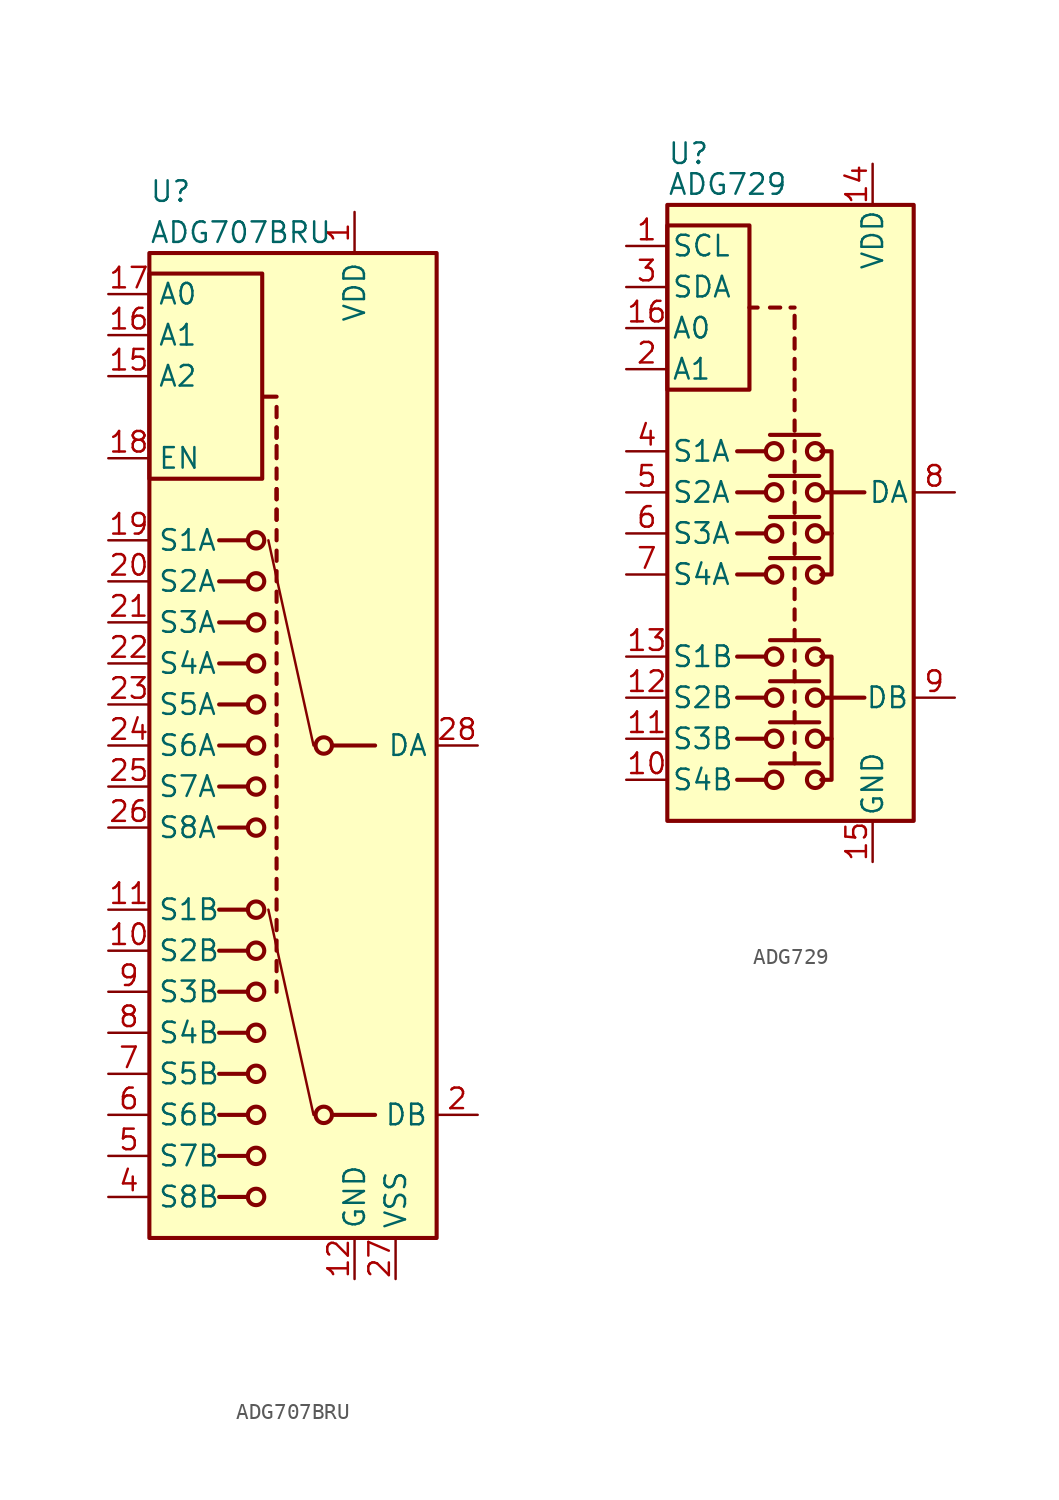
<source format=kicad_sym>
(kicad_symbol_lib
  (version 20241209)
  (generator "kicad_symbol_editor")
  (generator_version "9.0")
  (symbol "ADG707BRU"
    (property "Reference" "U"
      (at -7.62 34.29 0)
      (effects (font (size 1.27 1.27)) (justify left)))
    (property "Value" "ADG707BRU"
      (at -7.62 31.75 0)
      (effects (font (size 1.27 1.27)) (justify left)))
    (symbol "ADG707BRU_0_1"
      (rectangle (start -7.62 30.48) (end 10.16 -30.48) (stroke (width 0.254) (type default)) (fill (type background)))
      (rectangle (start -7.62 29.21) (end -0.635 16.51) (stroke (width 0.254) (type default)) (fill (type none)))
      (polyline (pts (xy -1.524 12.7) (xy -3.302 12.7)) (stroke (width 0.254) (type default)) (fill (type none)))
      (polyline (pts (xy -1.524 10.16) (xy -3.302 10.16)) (stroke (width 0.254) (type default)) (fill (type none)))
      (polyline (pts (xy -1.524 7.62) (xy -3.302 7.62)) (stroke (width 0.254) (type default)) (fill (type none)))
      (polyline (pts (xy -1.524 5.08) (xy -3.302 5.08)) (stroke (width 0.254) (type default)) (fill (type none)))
      (polyline (pts (xy -1.524 2.54) (xy -3.302 2.54)) (stroke (width 0.254) (type default)) (fill (type none)))
      (polyline (pts (xy -1.524 0) (xy -3.302 0)) (stroke (width 0.254) (type default)) (fill (type none)))
      (polyline (pts (xy -1.524 -2.54) (xy -3.302 -2.54)) (stroke (width 0.254) (type default)) (fill (type none)))
      (polyline (pts (xy -1.524 -5.08) (xy -3.302 -5.08)) (stroke (width 0.254) (type default)) (fill (type none)))
      (polyline (pts (xy -1.524 -10.16) (xy -3.302 -10.16)) (stroke (width 0.254) (type default)) (fill (type none)))
      (polyline (pts (xy -1.524 -12.7) (xy -3.302 -12.7)) (stroke (width 0.254) (type default)) (fill (type none)))
      (polyline (pts (xy -1.524 -15.24) (xy -3.302 -15.24)) (stroke (width 0.254) (type default)) (fill (type none)))
      (polyline (pts (xy -1.524 -17.78) (xy -3.302 -17.78)) (stroke (width 0.254) (type default)) (fill (type none)))
      (polyline (pts (xy -1.524 -20.32) (xy -3.302 -20.32)) (stroke (width 0.254) (type default)) (fill (type none)))
      (polyline (pts (xy -1.524 -22.86) (xy -3.302 -22.86)) (stroke (width 0.254) (type default)) (fill (type none)))
      (polyline (pts (xy -1.524 -25.4) (xy -3.302 -25.4)) (stroke (width 0.254) (type default)) (fill (type none)))
      (polyline (pts (xy -1.524 -27.94) (xy -3.302 -27.94)) (stroke (width 0.254) (type default)) (fill (type none)))
      (circle (center -1.016 12.7) (radius 0.508) (stroke (width 0.254) (type default)) (fill (type none)))
      (circle (center -1.016 10.16) (radius 0.508) (stroke (width 0.254) (type default)) (fill (type none)))
      (circle (center -1.016 7.62) (radius 0.508) (stroke (width 0.254) (type default)) (fill (type none)))
      (circle (center -1.016 5.08) (radius 0.508) (stroke (width 0.254) (type default)) (fill (type none)))
      (circle (center -1.016 2.54) (radius 0.508) (stroke (width 0.254) (type default)) (fill (type none)))
      (circle (center -1.016 0) (radius 0.508) (stroke (width 0.254) (type default)) (fill (type none)))
      (circle (center -1.016 -2.54) (radius 0.508) (stroke (width 0.254) (type default)) (fill (type none)))
      (circle (center -1.016 -5.08) (radius 0.508) (stroke (width 0.254) (type default)) (fill (type none)))
      (circle (center -1.016 -10.16) (radius 0.508) (stroke (width 0.254) (type default)) (fill (type none)))
      (circle (center -1.016 -12.7) (radius 0.508) (stroke (width 0.254) (type default)) (fill (type none)))
      (circle (center -1.016 -15.24) (radius 0.508) (stroke (width 0.254) (type default)) (fill (type none)))
      (circle (center -1.016 -17.78) (radius 0.508) (stroke (width 0.254) (type default)) (fill (type none)))
      (circle (center -1.016 -20.32) (radius 0.508) (stroke (width 0.254) (type default)) (fill (type none)))
      (circle (center -1.016 -22.86) (radius 0.508) (stroke (width 0.254) (type default)) (fill (type none)))
      (circle (center -1.016 -25.4) (radius 0.508) (stroke (width 0.254) (type default)) (fill (type none)))
      (circle (center -1.016 -27.94) (radius 0.508) (stroke (width 0.254) (type default)) (fill (type none)))
      (polyline (pts (xy -0.508 21.59) (xy 0.254 21.59)) (stroke (width 0.254) (type default)) (fill (type none)))
      (polyline (pts (xy 0.254 20.32) (xy 0.254 20.955)) (stroke (width 0.254) (type default)) (fill (type none)))
      (polyline (pts (xy 0.254 19.05) (xy 0.254 19.685)) (stroke (width 0.254) (type default)) (fill (type none)))
      (polyline (pts (xy 0.254 19.05) (xy 0.254 19.685)) (stroke (width 0.254) (type default)) (fill (type none)))
      (polyline (pts (xy 0.254 17.78) (xy 0.254 18.542)) (stroke (width 0.254) (type default)) (fill (type none)))
      (polyline (pts (xy 0.254 16.51) (xy 0.254 17.145)) (stroke (width 0.254) (type default)) (fill (type none)))
      (polyline (pts (xy 0.254 15.24) (xy 0.254 15.875)) (stroke (width 0.254) (type default)) (fill (type none)))
      (polyline (pts (xy 0.254 15.24) (xy 0.254 15.875)) (stroke (width 0.254) (type default)) (fill (type none)))
      (polyline (pts (xy 0.254 13.97) (xy 0.254 14.605)) (stroke (width 0.254) (type default)) (fill (type none)))
      (polyline (pts (xy 0.254 13.97) (xy 0.254 14.605)) (stroke (width 0.254) (type default)) (fill (type none)))
      (polyline (pts (xy 0.254 12.7) (xy 0.254 13.335)) (stroke (width 0.254) (type default)) (fill (type none)))
      (polyline (pts (xy 0.254 11.43) (xy 0.254 12.065)) (stroke (width 0.254) (type default)) (fill (type none)))
      (polyline (pts (xy 0.254 10.16) (xy 0.254 10.795)) (stroke (width 0.254) (type default)) (fill (type none)))
      (polyline (pts (xy 0.254 8.89) (xy 0.254 9.525)) (stroke (width 0.254) (type default)) (fill (type none)))
      (polyline (pts (xy 0.254 7.62) (xy 0.254 8.255)) (stroke (width 0.254) (type default)) (fill (type none)))
      (polyline (pts (xy 0.254 6.35) (xy 0.254 6.985)) (stroke (width 0.254) (type default)) (fill (type none)))
      (polyline (pts (xy 0.254 5.08) (xy 0.254 5.715)) (stroke (width 0.254) (type default)) (fill (type none)))
      (polyline (pts (xy 0.254 3.81) (xy 0.254 4.445)) (stroke (width 0.254) (type default)) (fill (type none)))
      (polyline (pts (xy 0.254 2.54) (xy 0.254 3.175)) (stroke (width 0.254) (type default)) (fill (type none)))
      (polyline (pts (xy 0.254 1.27) (xy 0.254 1.905)) (stroke (width 0.254) (type default)) (fill (type none)))
      (polyline (pts (xy 0.254 0) (xy 0.254 0.635)) (stroke (width 0.254) (type default)) (fill (type none)))
      (polyline (pts (xy 0.254 -1.27) (xy 0.254 -0.635)) (stroke (width 0.254) (type default)) (fill (type none)))
      (polyline (pts (xy 0.254 -2.54) (xy 0.254 -1.905)) (stroke (width 0.254) (type default)) (fill (type none)))
      (polyline (pts (xy 0.254 -3.81) (xy 0.254 -3.175)) (stroke (width 0.254) (type default)) (fill (type none)))
      (polyline (pts (xy 0.254 -5.08) (xy 0.254 -4.445)) (stroke (width 0.254) (type default)) (fill (type none)))
      (polyline (pts (xy 0.254 -6.35) (xy 0.254 -5.715)) (stroke (width 0.254) (type default)) (fill (type none)))
      (polyline (pts (xy 0.254 -7.62) (xy 0.254 -6.985)) (stroke (width 0.254) (type default)) (fill (type none)))
      (polyline (pts (xy 0.254 -8.89) (xy 0.254 -8.255)) (stroke (width 0.254) (type default)) (fill (type none)))
      (polyline (pts (xy 0.254 -10.16) (xy 0.254 -9.525)) (stroke (width 0.254) (type default)) (fill (type none)))
      (polyline (pts (xy 0.254 -11.43) (xy 0.254 -10.795)) (stroke (width 0.254) (type default)) (fill (type none)))
      (polyline (pts (xy 0.254 -12.7) (xy 0.254 -12.065)) (stroke (width 0.254) (type default)) (fill (type none)))
      (polyline (pts (xy 0.254 -13.97) (xy 0.254 -13.335)) (stroke (width 0.254) (type default)) (fill (type none)))
      (polyline (pts (xy 0.254 -15.24) (xy 0.254 -14.605)) (stroke (width 0.254) (type default)) (fill (type none)))
      (polyline (pts (xy 2.54 0) (xy -0.254 12.7)) (stroke (width 0.152) (type default)) (fill (type none)))
      (polyline (pts (xy 2.54 -22.86) (xy -0.254 -10.16)) (stroke (width 0.152) (type default)) (fill (type none)))
      (circle (center 3.175 0) (radius 0.508) (stroke (width 0.254) (type default)) (fill (type none)))
      (circle (center 3.175 -22.86) (radius 0.508) (stroke (width 0.254) (type default)) (fill (type none)))
      (polyline (pts (xy 6.35 0) (xy 3.81 0)) (stroke (width 0.254) (type default)) (fill (type none)))
      (polyline (pts (xy 6.35 -22.86) (xy 3.81 -22.86)) (stroke (width 0.254) (type default)) (fill (type none))))
    (symbol "ADG707BRU_1_1"
      (pin input line (at -10.16 27.94 0) (length 2.54) (name "A0" (effects (font (size 1.27 1.27)))) (number "17" (effects (font (size 1.27 1.27)))))
      (pin input line (at -10.16 25.4 0) (length 2.54) (name "A1" (effects (font (size 1.27 1.27)))) (number "16" (effects (font (size 1.27 1.27)))))
      (pin input line (at -10.16 22.86 0) (length 2.54) (name "A2" (effects (font (size 1.27 1.27)))) (number "15" (effects (font (size 1.27 1.27)))))
      (pin input line (at -10.16 17.78 0) (length 2.54) (name "EN" (effects (font (size 1.27 1.27)))) (number "18" (effects (font (size 1.27 1.27)))))
      (pin passive line (at -10.16 12.7 0) (length 2.54) (name "S1A" (effects (font (size 1.27 1.27)))) (number "19" (effects (font (size 1.27 1.27)))))
      (pin passive line (at -10.16 10.16 0) (length 2.54) (name "S2A" (effects (font (size 1.27 1.27)))) (number "20" (effects (font (size 1.27 1.27)))))
      (pin passive line (at -10.16 7.62 0) (length 2.54) (name "S3A" (effects (font (size 1.27 1.27)))) (number "21" (effects (font (size 1.27 1.27)))))
      (pin passive line (at -10.16 5.08 0) (length 2.54) (name "S4A" (effects (font (size 1.27 1.27)))) (number "22" (effects (font (size 1.27 1.27)))))
      (pin passive line (at -10.16 2.54 0) (length 2.54) (name "S5A" (effects (font (size 1.27 1.27)))) (number "23" (effects (font (size 1.27 1.27)))))
      (pin passive line (at -10.16 0 0) (length 2.54) (name "S6A" (effects (font (size 1.27 1.27)))) (number "24" (effects (font (size 1.27 1.27)))))
      (pin passive line (at -10.16 -2.54 0) (length 2.54) (name "S7A" (effects (font (size 1.27 1.27)))) (number "25" (effects (font (size 1.27 1.27)))))
      (pin passive line (at -10.16 -5.08 0) (length 2.54) (name "S8A" (effects (font (size 1.27 1.27)))) (number "26" (effects (font (size 1.27 1.27)))))
      (pin passive line (at -10.16 -10.16 0) (length 2.54) (name "S1B" (effects (font (size 1.27 1.27)))) (number "11" (effects (font (size 1.27 1.27)))))
      (pin passive line (at -10.16 -12.7 0) (length 2.54) (name "S2B" (effects (font (size 1.27 1.27)))) (number "10" (effects (font (size 1.27 1.27)))))
      (pin passive line (at -10.16 -15.24 0) (length 2.54) (name "S3B" (effects (font (size 1.27 1.27)))) (number "9" (effects (font (size 1.27 1.27)))))
      (pin passive line (at -10.16 -17.78 0) (length 2.54) (name "S4B" (effects (font (size 1.27 1.27)))) (number "8" (effects (font (size 1.27 1.27)))))
      (pin passive line (at -10.16 -20.32 0) (length 2.54) (name "S5B" (effects (font (size 1.27 1.27)))) (number "7" (effects (font (size 1.27 1.27)))))
      (pin passive line (at -10.16 -22.86 0) (length 2.54) (name "S6B" (effects (font (size 1.27 1.27)))) (number "6" (effects (font (size 1.27 1.27)))))
      (pin passive line (at -10.16 -25.4 0) (length 2.54) (name "S7B" (effects (font (size 1.27 1.27)))) (number "5" (effects (font (size 1.27 1.27)))))
      (pin passive line (at -10.16 -27.94 0) (length 2.54) (name "S8B" (effects (font (size 1.27 1.27)))) (number "4" (effects (font (size 1.27 1.27)))))
      (pin power_in line (at 5.08 33.02 270) (length 2.54) (name "VDD" (effects (font (size 1.27 1.27)))) (number "1" (effects (font (size 1.27 1.27)))))
      (pin power_in line (at 5.08 -33.02 90) (length 2.54) (name "GND" (effects (font (size 1.27 1.27)))) (number "12" (effects (font (size 1.27 1.27)))))
      (pin power_in line (at 7.62 -33.02 90) (length 2.54) (name "VSS" (effects (font (size 1.27 1.27)))) (number "27" (effects (font (size 1.27 1.27)))))
      (pin no_connect line (at 10.16 27.94 180) (length 2.54) (hide yes) (name "NC" (effects (font (size 1.27 1.27)))) (number "3" (effects (font (size 1.27 1.27)))))
      (pin no_connect line (at 10.16 25.4 180) (length 2.54) (hide yes) (name "NC" (effects (font (size 1.27 1.27)))) (number "13" (effects (font (size 1.27 1.27)))))
      (pin no_connect line (at 10.16 22.86 180) (length 2.54) (hide yes) (name "NC" (effects (font (size 1.27 1.27)))) (number "14" (effects (font (size 1.27 1.27)))))
      (pin passive line (at 12.7 0 180) (length 2.54) (name "DA" (effects (font (size 1.27 1.27)))) (number "28" (effects (font (size 1.27 1.27)))))
      (pin passive line (at 12.7 -22.86 180) (length 2.54) (name "DB" (effects (font (size 1.27 1.27)))) (number "2" (effects (font (size 1.27 1.27)))))))
  (symbol "ADG729"
    (pin_names
      (offset 0.254))
    (property "Reference" "U"
      (at -7.62 20.955 0)
      (effects (font (size 1.27 1.27)) (justify left)))
    (property "Value" "ADG729"
      (at -7.62 19.05 0)
      (effects (font (size 1.27 1.27)) (justify left)))
    (symbol "ADG729_0_1"
      (rectangle (start -7.62 17.78) (end 7.62 -20.32) (stroke (width 0.254) (type default)) (fill (type background)))
      (rectangle (start -7.62 6.35) (end -2.54 16.51) (stroke (width 0.254) (type default)) (fill (type none)))
      (polyline (pts (xy -2.032 11.43) (xy -2.54 11.43)) (stroke (width 0.254) (type default)) (fill (type none)))
      (polyline (pts (xy -1.524 2.54) (xy -3.302 2.54)) (stroke (width 0.254) (type default)) (fill (type none)))
      (polyline (pts (xy -1.524 0) (xy -3.302 0)) (stroke (width 0.254) (type default)) (fill (type none)))
      (polyline (pts (xy -1.524 -2.54) (xy -3.302 -2.54)) (stroke (width 0.254) (type default)) (fill (type none)))
      (polyline (pts (xy -1.524 -5.08) (xy -3.302 -5.08)) (stroke (width 0.254) (type default)) (fill (type none)))
      (polyline (pts (xy -1.524 -10.16) (xy -3.302 -10.16)) (stroke (width 0.254) (type default)) (fill (type none)))
      (polyline (pts (xy -1.524 -12.7) (xy -3.302 -12.7)) (stroke (width 0.254) (type default)) (fill (type none)))
      (polyline (pts (xy -1.524 -15.24) (xy -3.302 -15.24)) (stroke (width 0.254) (type default)) (fill (type none)))
      (polyline (pts (xy -1.524 -17.78) (xy -3.302 -17.78)) (stroke (width 0.254) (type default)) (fill (type none)))
      (polyline (pts (xy -1.27 11.43) (xy -0.635 11.43)) (stroke (width 0.254) (type default)) (fill (type none)))
      (polyline (pts (xy -1.27 3.556) (xy 1.778 3.556)) (stroke (width 0.254) (type default)) (fill (type none)))
      (polyline (pts (xy -1.27 1.016) (xy 1.778 1.016)) (stroke (width 0.254) (type default)) (fill (type none)))
      (polyline (pts (xy -1.27 -1.524) (xy 1.778 -1.524)) (stroke (width 0.254) (type default)) (fill (type none)))
      (polyline (pts (xy -1.27 -4.064) (xy 1.778 -4.064)) (stroke (width 0.254) (type default)) (fill (type none)))
      (polyline (pts (xy -1.27 -9.144) (xy 1.778 -9.144)) (stroke (width 0.254) (type default)) (fill (type none)))
      (polyline (pts (xy -1.27 -11.684) (xy 1.778 -11.684)) (stroke (width 0.254) (type default)) (fill (type none)))
      (polyline (pts (xy -1.27 -14.224) (xy 1.778 -14.224)) (stroke (width 0.254) (type default)) (fill (type none)))
      (polyline (pts (xy -1.27 -16.764) (xy 1.778 -16.764)) (stroke (width 0.254) (type default)) (fill (type none)))
      (circle (center -1.016 2.54) (radius 0.508) (stroke (width 0.254) (type default)) (fill (type none)))
      (circle (center -1.016 0) (radius 0.508) (stroke (width 0.254) (type default)) (fill (type none)))
      (circle (center -1.016 -2.54) (radius 0.508) (stroke (width 0.254) (type default)) (fill (type none)))
      (circle (center -1.016 -5.08) (radius 0.508) (stroke (width 0.254) (type default)) (fill (type none)))
      (circle (center -1.016 -10.16) (radius 0.508) (stroke (width 0.254) (type default)) (fill (type none)))
      (circle (center -1.016 -12.7) (radius 0.508) (stroke (width 0.254) (type default)) (fill (type none)))
      (circle (center -1.016 -15.24) (radius 0.508) (stroke (width 0.254) (type default)) (fill (type none)))
      (circle (center -1.016 -17.78) (radius 0.508) (stroke (width 0.254) (type default)) (fill (type none)))
      (polyline (pts (xy 0.254 11.43) (xy 0 11.43)) (stroke (width 0.254) (type default)) (fill (type none)))
      (polyline (pts (xy 0.254 10.16) (xy 0.254 10.922)) (stroke (width 0.254) (type default)) (fill (type none)))
      (polyline (pts (xy 0.254 8.89) (xy 0.254 9.525)) (stroke (width 0.254) (type default)) (fill (type none)))
      (polyline (pts (xy 0.254 7.62) (xy 0.254 8.255)) (stroke (width 0.254) (type default)) (fill (type none)))
      (polyline (pts (xy 0.254 6.35) (xy 0.254 6.985)) (stroke (width 0.254) (type default)) (fill (type none)))
      (polyline (pts (xy 0.254 5.08) (xy 0.254 5.715)) (stroke (width 0.254) (type default)) (fill (type none)))
      (polyline (pts (xy 0.254 3.81) (xy 0.254 4.445)) (stroke (width 0.254) (type default)) (fill (type none)))
      (polyline (pts (xy 0.254 2.54) (xy 0.254 3.175)) (stroke (width 0.254) (type default)) (fill (type none)))
      (polyline (pts (xy 0.254 1.27) (xy 0.254 1.905)) (stroke (width 0.254) (type default)) (fill (type none)))
      (polyline (pts (xy 0.254 0) (xy 0.254 0.635)) (stroke (width 0.254) (type default)) (fill (type none)))
      (polyline (pts (xy 0.254 -1.27) (xy 0.254 -0.635)) (stroke (width 0.254) (type default)) (fill (type none)))
      (polyline (pts (xy 0.254 -2.54) (xy 0.254 -1.905)) (stroke (width 0.254) (type default)) (fill (type none)))
      (polyline (pts (xy 0.254 -3.81) (xy 0.254 -3.175)) (stroke (width 0.254) (type default)) (fill (type none)))
      (polyline (pts (xy 0.254 -5.334) (xy 0.254 -4.699)) (stroke (width 0.254) (type default)) (fill (type none)))
      (polyline (pts (xy 0.254 -6.604) (xy 0.254 -5.969)) (stroke (width 0.254) (type default)) (fill (type none)))
      (polyline (pts (xy 0.254 -7.874) (xy 0.254 -7.239)) (stroke (width 0.254) (type default)) (fill (type none)))
      (polyline (pts (xy 0.254 -9.144) (xy 0.254 -8.509)) (stroke (width 0.254) (type default)) (fill (type none)))
      (polyline (pts (xy 0.254 -10.414) (xy 0.254 -9.779)) (stroke (width 0.254) (type default)) (fill (type none)))
      (polyline (pts (xy 0.254 -11.684) (xy 0.254 -11.049)) (stroke (width 0.254) (type default)) (fill (type none)))
      (polyline (pts (xy 0.254 -12.954) (xy 0.254 -12.319)) (stroke (width 0.254) (type default)) (fill (type none)))
      (polyline (pts (xy 0.254 -14.224) (xy 0.254 -13.589)) (stroke (width 0.254) (type default)) (fill (type none)))
      (polyline (pts (xy 0.254 -15.494) (xy 0.254 -14.859)) (stroke (width 0.254) (type default)) (fill (type none)))
      (polyline (pts (xy 0.254 -16.764) (xy 0.254 -16.129)) (stroke (width 0.254) (type default)) (fill (type none)))
      (circle (center 1.524 2.54) (radius 0.508) (stroke (width 0.254) (type default)) (fill (type none)))
      (circle (center 1.524 0) (radius 0.508) (stroke (width 0.254) (type default)) (fill (type none)))
      (circle (center 1.524 -2.54) (radius 0.508) (stroke (width 0.254) (type default)) (fill (type none)))
      (circle (center 1.524 -5.08) (radius 0.508) (stroke (width 0.254) (type default)) (fill (type none)))
      (circle (center 1.524 -10.16) (radius 0.508) (stroke (width 0.254) (type default)) (fill (type none)))
      (circle (center 1.524 -12.7) (radius 0.508) (stroke (width 0.254) (type default)) (fill (type none)))
      (circle (center 1.524 -15.24) (radius 0.508) (stroke (width 0.254) (type default)) (fill (type none)))
      (circle (center 1.524 -17.78) (radius 0.508) (stroke (width 0.254) (type default)) (fill (type none)))
      (polyline (pts (xy 1.905 -5.08) (xy 2.54 -5.08) (xy 2.54 2.54) (xy 1.905 2.54)) (stroke (width 0.254) (type default)) (fill (type none)))
      (polyline (pts (xy 1.905 -10.16) (xy 2.54 -10.16) (xy 2.54 -17.78) (xy 1.905 -17.78)) (stroke (width 0.254) (type default)) (fill (type none)))
      (polyline (pts (xy 2.032 0) (xy 2.54 0)) (stroke (width 0.254) (type default)) (fill (type none)))
      (polyline (pts (xy 2.032 -2.54) (xy 2.54 -2.54)) (stroke (width 0.254) (type default)) (fill (type none)))
      (polyline (pts (xy 2.032 -12.7) (xy 2.54 -12.7)) (stroke (width 0.254) (type default)) (fill (type none)))
      (polyline (pts (xy 2.032 -15.24) (xy 2.54 -15.24)) (stroke (width 0.254) (type default)) (fill (type none)))
      (polyline (pts (xy 2.54 0) (xy 4.572 0)) (stroke (width 0.254) (type default)) (fill (type none)))
      (polyline (pts (xy 4.572 -12.7) (xy 2.54 -12.7)) (stroke (width 0.254) (type default)) (fill (type none))))
    (symbol "ADG729_1_1"
      (pin input line (at -10.16 15.24 0) (length 2.54) (name "SCL" (effects (font (size 1.27 1.27)))) (number "1" (effects (font (size 1.27 1.27)))))
      (pin bidirectional line (at -10.16 12.7 0) (length 2.54) (name "SDA" (effects (font (size 1.27 1.27)))) (number "3" (effects (font (size 1.27 1.27)))))
      (pin input line (at -10.16 10.16 0) (length 2.54) (name "A0" (effects (font (size 1.27 1.27)))) (number "16" (effects (font (size 1.27 1.27)))))
      (pin input line (at -10.16 7.62 0) (length 2.54) (name "A1" (effects (font (size 1.27 1.27)))) (number "2" (effects (font (size 1.27 1.27)))))
      (pin bidirectional line (at -10.16 2.54 0) (length 2.54) (name "S1A" (effects (font (size 1.27 1.27)))) (number "4" (effects (font (size 1.27 1.27)))))
      (pin bidirectional line (at -10.16 0 0) (length 2.54) (name "S2A" (effects (font (size 1.27 1.27)))) (number "5" (effects (font (size 1.27 1.27)))))
      (pin bidirectional line (at -10.16 -2.54 0) (length 2.54) (name "S3A" (effects (font (size 1.27 1.27)))) (number "6" (effects (font (size 1.27 1.27)))))
      (pin bidirectional line (at -10.16 -5.08 0) (length 2.54) (name "S4A" (effects (font (size 1.27 1.27)))) (number "7" (effects (font (size 1.27 1.27)))))
      (pin bidirectional line (at -10.16 -10.16 0) (length 2.54) (name "S1B" (effects (font (size 1.27 1.27)))) (number "13" (effects (font (size 1.27 1.27)))))
      (pin bidirectional line (at -10.16 -12.7 0) (length 2.54) (name "S2B" (effects (font (size 1.27 1.27)))) (number "12" (effects (font (size 1.27 1.27)))))
      (pin bidirectional line (at -10.16 -15.24 0) (length 2.54) (name "S3B" (effects (font (size 1.27 1.27)))) (number "11" (effects (font (size 1.27 1.27)))))
      (pin bidirectional line (at -10.16 -17.78 0) (length 2.54) (name "S4B" (effects (font (size 1.27 1.27)))) (number "10" (effects (font (size 1.27 1.27)))))
      (pin power_in line (at 5.08 20.32 270) (length 2.54) (name "VDD" (effects (font (size 1.27 1.27)))) (number "14" (effects (font (size 1.27 1.27)))))
      (pin power_in line (at 5.08 -22.86 90) (length 2.54) (name "GND" (effects (font (size 1.27 1.27)))) (number "15" (effects (font (size 1.27 1.27)))))
      (pin bidirectional line (at 10.16 0 180) (length 2.54) (name "DA" (effects (font (size 1.27 1.27)))) (number "8" (effects (font (size 1.27 1.27)))))
      (pin bidirectional line (at 10.16 -12.7 180) (length 2.54) (name "DB" (effects (font (size 1.27 1.27)))) (number "9" (effects (font (size 1.27 1.27))))))))
</source>
